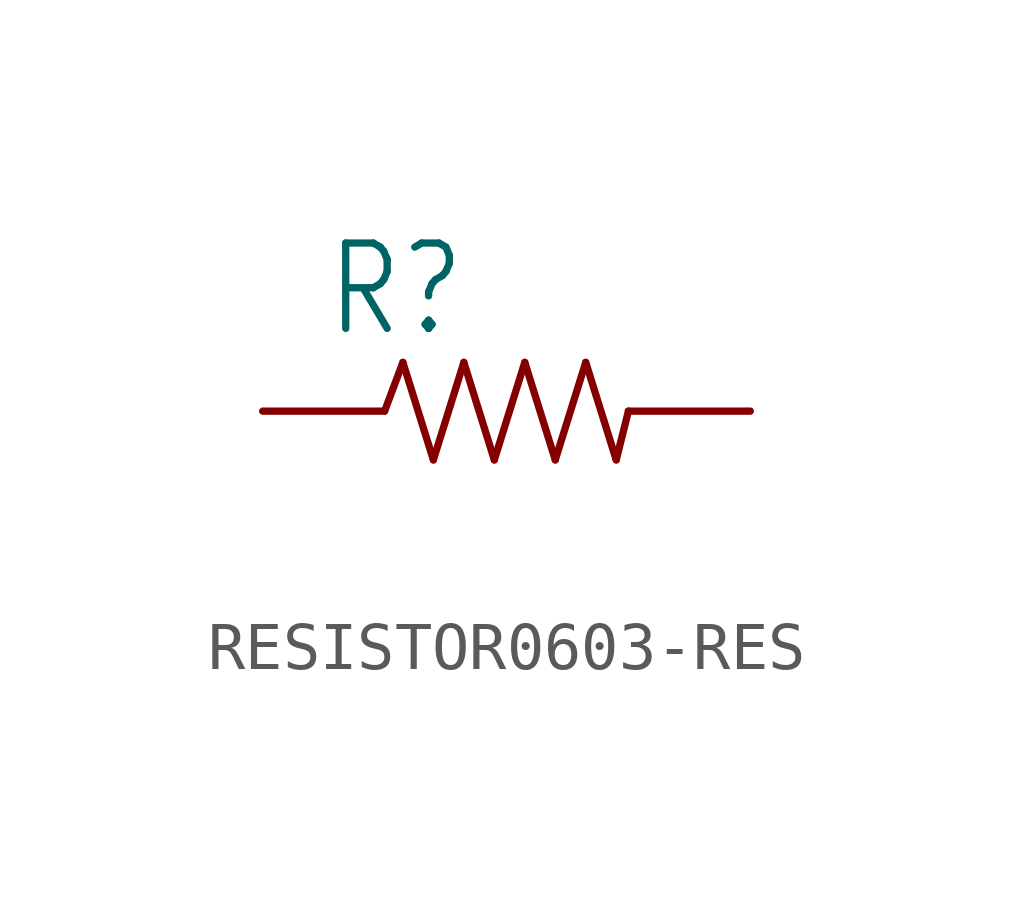
<source format=kicad_sym>
(kicad_symbol_lib
  (version 20220914)
  (generator kicad_symbol_editor)
  (symbol "RESISTOR0603-RES"
    (property "Reference" "R"
      (at -3.81 1.499 0)
      (effects (font (size 1.778 1.511)) (justify left bottom)))
    (property "Value" ""
      (at -3.81 -3.302 0)
      (effects (font (size 1.778 1.511)) (justify left bottom)))
    (property "ki_locked" ""
      (at 0 0 0)
      (effects (font (size 1.27 1.27))))
    (symbol "RESISTOR0603-RES_1_0"
      (polyline (pts (xy -2.54 0) (xy -2.159 1.016)) (stroke (width 0.152) (type solid)) (fill (type none)))
      (polyline (pts (xy -2.159 1.016) (xy -1.524 -1.016)) (stroke (width 0.152) (type solid)) (fill (type none)))
      (polyline (pts (xy -1.524 -1.016) (xy -0.889 1.016)) (stroke (width 0.152) (type solid)) (fill (type none)))
      (polyline (pts (xy -0.889 1.016) (xy -0.254 -1.016)) (stroke (width 0.152) (type solid)) (fill (type none)))
      (polyline (pts (xy -0.254 -1.016) (xy 0.381 1.016)) (stroke (width 0.152) (type solid)) (fill (type none)))
      (polyline (pts (xy 0.381 1.016) (xy 1.016 -1.016)) (stroke (width 0.152) (type solid)) (fill (type none)))
      (polyline (pts (xy 1.016 -1.016) (xy 1.651 1.016)) (stroke (width 0.152) (type solid)) (fill (type none)))
      (polyline (pts (xy 1.651 1.016) (xy 2.286 -1.016)) (stroke (width 0.152) (type solid)) (fill (type none)))
      (polyline (pts (xy 2.286 -1.016) (xy 2.54 0)) (stroke (width 0.152) (type solid)) (fill (type none)))
      (pin passive line (at -5.08 0 0) (length 2.54) (name "1" (effects (font (size 0 0)))) (number "1" (effects (font (size 0 0)))))
      (pin passive line (at 5.08 0 180) (length 2.54) (name "2" (effects (font (size 0 0)))) (number "2" (effects (font (size 0 0))))))))
</source>
